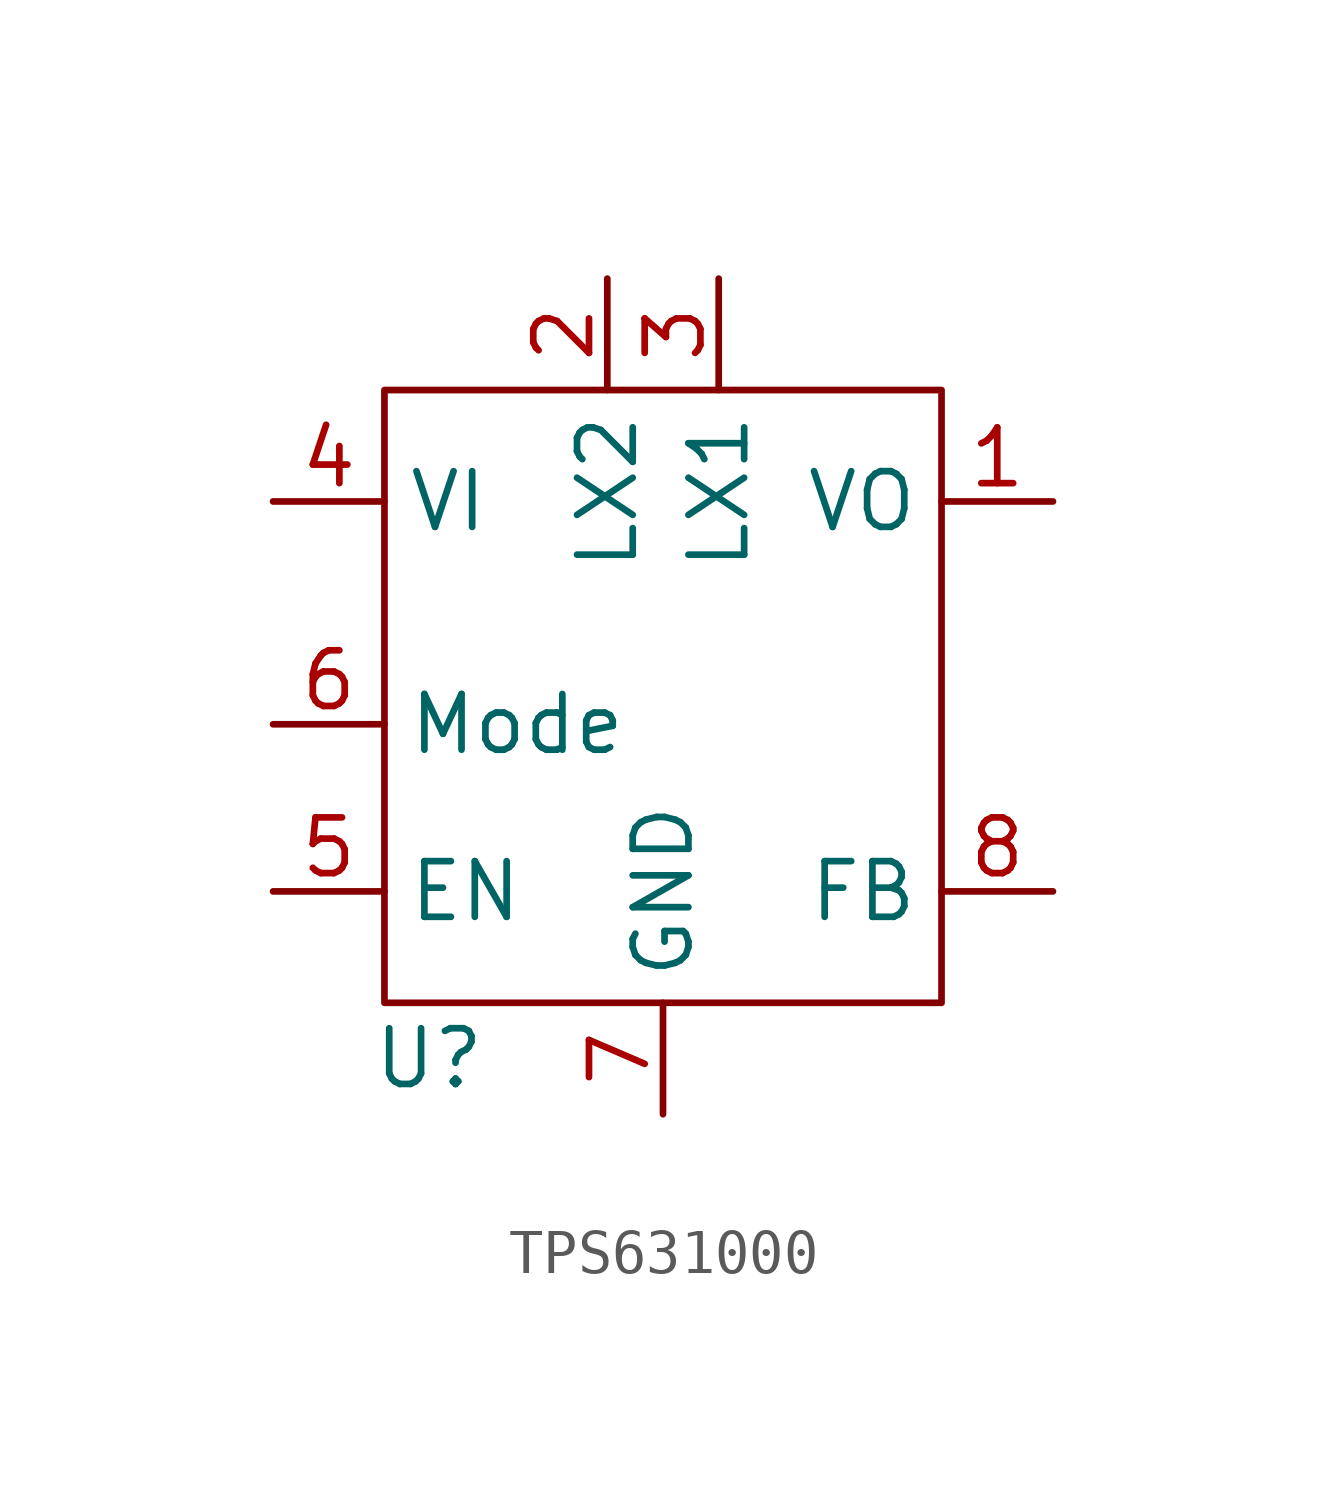
<source format=kicad_sym>
(kicad_symbol_lib
  (version 20241209)
  (generator "kicad_symbol_editor")
  (generator_version "9.0")
  (symbol "TPS631000"
    (property "Reference" "U"
      (at -5.334 -8.89 0)
      (effects (font (size 1.27 1.27))))
    (property "Value" ""
      (at 0 0 0)
      (effects (font (size 1.27 1.27))))
    (symbol "TPS631000_0_1"
      (rectangle (start -6.35 6.35) (end 6.35 -7.62) (stroke (width 0) (type default)) (fill (type none))))
    (symbol "TPS631000_1_1"
      (pin power_in line (at -8.89 3.81 0) (length 2.54) (name "VI" (effects (font (size 1.27 1.27)))) (number "4" (effects (font (size 1.27 1.27)))))
      (pin input line (at -8.89 -1.27 0) (length 2.54) (name "Mode" (effects (font (size 1.27 1.27)))) (number "6" (effects (font (size 1.27 1.27)))))
      (pin input line (at -8.89 -5.08 0) (length 2.54) (name "EN" (effects (font (size 1.27 1.27)))) (number "5" (effects (font (size 1.27 1.27)))))
      (pin bidirectional line (at -1.27 8.89 270) (length 2.54) (name "LX2" (effects (font (size 1.27 1.27)))) (number "2" (effects (font (size 1.27 1.27)))))
      (pin power_in line (at 0 -10.16 90) (length 2.54) (name "GND" (effects (font (size 1.27 1.27)))) (number "7" (effects (font (size 1.27 1.27)))))
      (pin bidirectional line (at 1.27 8.89 270) (length 2.54) (name "LX1" (effects (font (size 1.27 1.27)))) (number "3" (effects (font (size 1.27 1.27)))))
      (pin power_out line (at 8.89 3.81 180) (length 2.54) (name "VO" (effects (font (size 1.27 1.27)))) (number "1" (effects (font (size 1.27 1.27)))))
      (pin input line (at 8.89 -5.08 180) (length 2.54) (name "FB" (effects (font (size 1.27 1.27)))) (number "8" (effects (font (size 1.27 1.27))))))))
</source>
